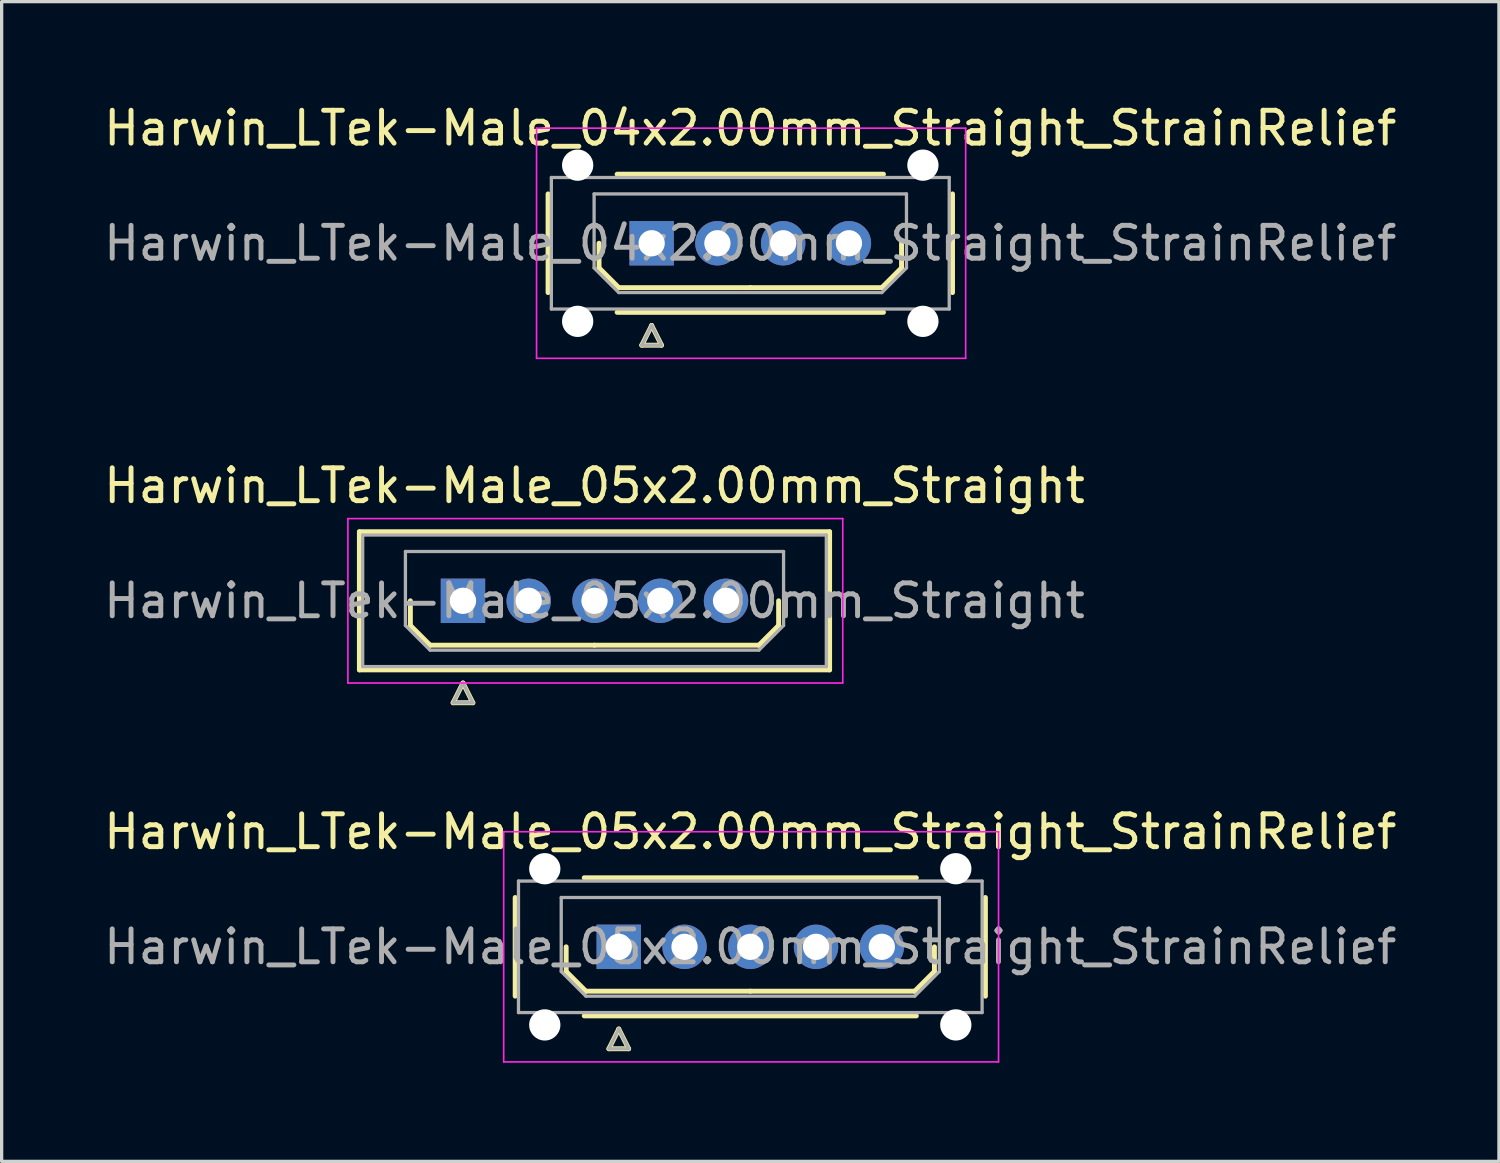
<source format=kicad_pcb>
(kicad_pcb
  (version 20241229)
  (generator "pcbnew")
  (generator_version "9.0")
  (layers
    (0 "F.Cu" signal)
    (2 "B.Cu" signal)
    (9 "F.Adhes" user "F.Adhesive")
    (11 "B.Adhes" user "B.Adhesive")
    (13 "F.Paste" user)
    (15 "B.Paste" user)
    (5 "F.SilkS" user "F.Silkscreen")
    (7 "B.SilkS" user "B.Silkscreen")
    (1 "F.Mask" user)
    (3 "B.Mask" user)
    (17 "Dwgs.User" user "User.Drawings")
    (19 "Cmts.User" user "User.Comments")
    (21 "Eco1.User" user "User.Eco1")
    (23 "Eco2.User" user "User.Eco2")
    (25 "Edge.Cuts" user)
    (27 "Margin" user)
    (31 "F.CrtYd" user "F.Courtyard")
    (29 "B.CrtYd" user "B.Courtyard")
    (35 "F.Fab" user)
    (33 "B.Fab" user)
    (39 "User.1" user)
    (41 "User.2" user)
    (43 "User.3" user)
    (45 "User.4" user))
  (footprint "Harwin_LTek-Male_04x2.00mm_Straight_StrainRelief"
    (layer "F.Cu")
    (at 16.768 4.348)
    (property "Reference" "Harwin_LTek-Male_04x2.00mm_Straight_StrainRelief" (at 3 -3.5 0) (layer "F.SilkS") (effects (font (size 1 1) (thickness 0.15))))
    (attr through_hole)
    (fp_line (start -3.15 -1.5) (end -3.15 1.5) (stroke (width 0.15) (type solid)) (layer "F.SilkS"))
    (fp_line (start -1.6 0) (end -1.6 0.75) (stroke (width 0.15) (type solid)) (layer "F.SilkS"))
    (fp_line (start -1.6 0.75) (end -1 1.35) (stroke (width 0.15) (type solid)) (layer "F.SilkS"))
    (fp_line (start -1.05 -2.1) (end 7.05 -2.1) (stroke (width 0.15) (type solid)) (layer "F.SilkS"))
    (fp_line (start -1.05 2.1) (end 7.05 2.1) (stroke (width 0.15) (type solid)) (layer "F.SilkS"))
    (fp_line (start -1 1.35) (end 3 1.35) (stroke (width 0.15) (type solid)) (layer "F.SilkS"))
    (fp_line (start -0.3 3.1) (end 0.3 3.1) (stroke (width 0.15) (type solid)) (layer "F.SilkS"))
    (fp_line (start 0 2.5) (end -0.3 3.1) (stroke (width 0.15) (type solid)) (layer "F.SilkS"))
    (fp_line (start 0.3 3.1) (end 0 2.5) (stroke (width 0.15) (type solid)) (layer "F.SilkS"))
    (fp_line (start 7 1.35) (end 3 1.35) (stroke (width 0.15) (type solid)) (layer "F.SilkS"))
    (fp_line (start 7.6 0) (end 7.6 0.75) (stroke (width 0.15) (type solid)) (layer "F.SilkS"))
    (fp_line (start 7.6 0.75) (end 7 1.35) (stroke (width 0.15) (type solid)) (layer "F.SilkS"))
    (fp_line (start 9.15 -1.5) (end 9.15 1.5) (stroke (width 0.15) (type solid)) (layer "F.SilkS"))
    (fp_line (start -3.5 -3.5) (end -3.5 3.5) (stroke (width 0.05) (type solid)) (layer "F.CrtYd"))
    (fp_line (start -3.5 3.5) (end 9.55 3.5) (stroke (width 0.05) (type solid)) (layer "F.CrtYd"))
    (fp_line (start 9.55 -3.5) (end -3.5 -3.5) (stroke (width 0.05) (type solid)) (layer "F.CrtYd"))
    (fp_line (start 9.55 3.5) (end 9.55 -3.5) (stroke (width 0.05) (type solid)) (layer "F.CrtYd"))
    (fp_line (start -3.05 -2) (end -3.05 2) (stroke (width 0.1) (type solid)) (layer "F.Fab"))
    (fp_line (start -3.05 2) (end 9.05 2) (stroke (width 0.1) (type solid)) (layer "F.Fab"))
    (fp_line (start -1.75 -1.5) (end 7.75 -1.5) (stroke (width 0.1) (type solid)) (layer "F.Fab"))
    (fp_line (start -1.75 0.75) (end -1.75 -1.5) (stroke (width 0.1) (type solid)) (layer "F.Fab"))
    (fp_line (start -1 1.5) (end -1.75 0.75) (stroke (width 0.1) (type solid)) (layer "F.Fab"))
    (fp_line (start -0.3 3.1) (end 0.3 3.1) (stroke (width 0.1) (type solid)) (layer "F.Fab"))
    (fp_line (start 0 2.5) (end -0.3 3.1) (stroke (width 0.1) (type solid)) (layer "F.Fab"))
    (fp_line (start 0.3 3.1) (end 0 2.5) (stroke (width 0.1) (type solid)) (layer "F.Fab"))
    (fp_line (start 7 1.5) (end -1 1.5) (stroke (width 0.1) (type solid)) (layer "F.Fab"))
    (fp_line (start 7.75 -1.5) (end 7.75 0.75) (stroke (width 0.1) (type solid)) (layer "F.Fab"))
    (fp_line (start 7.75 0.75) (end 7 1.5) (stroke (width 0.1) (type solid)) (layer "F.Fab"))
    (fp_line (start 9.05 -2) (end -3.05 -2) (stroke (width 0.1) (type solid)) (layer "F.Fab"))
    (fp_line (start 9.05 2) (end 9.05 -2) (stroke (width 0.1) (type solid)) (layer "F.Fab"))
    (fp_text user "${REFERENCE}" (at 3 0 0) (layer "F.Fab") (effects (font (size 1 1) (thickness 0.15))))
    (pad "" np_thru_hole circle (at -2.25 -2.375) (size 0.95 0.95) (drill 0.95) (layers "*.Cu" "*.Mask"))
    (pad "" np_thru_hole circle (at -2.25 2.375) (size 0.95 0.95) (drill 0.95) (layers "*.Cu" "*.Mask"))
    (pad "" np_thru_hole circle (at 8.25 -2.375) (size 0.95 0.95) (drill 0.95) (layers "*.Cu" "*.Mask"))
    (pad "" np_thru_hole circle (at 8.25 2.375) (size 0.95 0.95) (drill 0.95) (layers "*.Cu" "*.Mask"))
    (pad "1" thru_hole rect (at 0 0) (size 1.35 1.35) (drill 0.8) (layers "*.Cu" "*.Mask"))
    (pad "2" thru_hole circle (at 2 0) (size 1.35 1.35) (drill 0.8) (layers "*.Cu" "*.Mask"))
    (pad "3" thru_hole circle (at 4 0) (size 1.35 1.35) (drill 0.8) (layers "*.Cu" "*.Mask"))
    (pad "4" thru_hole circle (at 6 0) (size 1.35 1.35) (drill 0.8) (layers "*.Cu" "*.Mask")))
  (footprint "Harwin_LTek-Male_05x2.00mm_Straight"
    (layer "F.Cu")
    (at 11.03 15.222)
    (property "Reference" "Harwin_LTek-Male_05x2.00mm_Straight" (at 4 -3.5 0) (layer "F.SilkS") (effects (font (size 1 1) (thickness 0.15))))
    (attr through_hole)
    (fp_line (start -3.15 -2.1) (end -3.15 2.1) (stroke (width 0.15) (type solid)) (layer "F.SilkS"))
    (fp_line (start -3.15 2.1) (end 11.15 2.1) (stroke (width 0.15) (type solid)) (layer "F.SilkS"))
    (fp_line (start -1.6 0) (end -1.6 0.75) (stroke (width 0.15) (type solid)) (layer "F.SilkS"))
    (fp_line (start -1.6 0.75) (end -1 1.35) (stroke (width 0.15) (type solid)) (layer "F.SilkS"))
    (fp_line (start -1 1.35) (end 4 1.35) (stroke (width 0.15) (type solid)) (layer "F.SilkS"))
    (fp_line (start -0.3 3.1) (end 0.3 3.1) (stroke (width 0.15) (type solid)) (layer "F.SilkS"))
    (fp_line (start 0 2.5) (end -0.3 3.1) (stroke (width 0.15) (type solid)) (layer "F.SilkS"))
    (fp_line (start 0.3 3.1) (end 0 2.5) (stroke (width 0.15) (type solid)) (layer "F.SilkS"))
    (fp_line (start 9 1.35) (end 4 1.35) (stroke (width 0.15) (type solid)) (layer "F.SilkS"))
    (fp_line (start 9.6 0) (end 9.6 0.75) (stroke (width 0.15) (type solid)) (layer "F.SilkS"))
    (fp_line (start 9.6 0.75) (end 9 1.35) (stroke (width 0.15) (type solid)) (layer "F.SilkS"))
    (fp_line (start 11.15 -2.1) (end -3.15 -2.1) (stroke (width 0.15) (type solid)) (layer "F.SilkS"))
    (fp_line (start 11.15 2.1) (end 11.15 -2.1) (stroke (width 0.15) (type solid)) (layer "F.SilkS"))
    (fp_line (start -3.5 -2.5) (end -3.5 2.5) (stroke (width 0.05) (type solid)) (layer "F.CrtYd"))
    (fp_line (start -3.5 2.5) (end 11.55 2.5) (stroke (width 0.05) (type solid)) (layer "F.CrtYd"))
    (fp_line (start 11.55 -2.5) (end -3.5 -2.5) (stroke (width 0.05) (type solid)) (layer "F.CrtYd"))
    (fp_line (start 11.55 2.5) (end 11.55 -2.5) (stroke (width 0.05) (type solid)) (layer "F.CrtYd"))
    (fp_line (start -3.05 -2) (end -3.05 2) (stroke (width 0.1) (type solid)) (layer "F.Fab"))
    (fp_line (start -3.05 2) (end 11.05 2) (stroke (width 0.1) (type solid)) (layer "F.Fab"))
    (fp_line (start -1.75 -1.5) (end 9.75 -1.5) (stroke (width 0.1) (type solid)) (layer "F.Fab"))
    (fp_line (start -1.75 0.75) (end -1.75 -1.5) (stroke (width 0.1) (type solid)) (layer "F.Fab"))
    (fp_line (start -1 1.5) (end -1.75 0.75) (stroke (width 0.1) (type solid)) (layer "F.Fab"))
    (fp_line (start -0.3 3.1) (end 0.3 3.1) (stroke (width 0.1) (type solid)) (layer "F.Fab"))
    (fp_line (start 0 2.5) (end -0.3 3.1) (stroke (width 0.1) (type solid)) (layer "F.Fab"))
    (fp_line (start 0.3 3.1) (end 0 2.5) (stroke (width 0.1) (type solid)) (layer "F.Fab"))
    (fp_line (start 9 1.5) (end -1 1.5) (stroke (width 0.1) (type solid)) (layer "F.Fab"))
    (fp_line (start 9.75 -1.5) (end 9.75 0.75) (stroke (width 0.1) (type solid)) (layer "F.Fab"))
    (fp_line (start 9.75 0.75) (end 9 1.5) (stroke (width 0.1) (type solid)) (layer "F.Fab"))
    (fp_line (start 11.05 -2) (end -3.05 -2) (stroke (width 0.1) (type solid)) (layer "F.Fab"))
    (fp_line (start 11.05 2) (end 11.05 -2) (stroke (width 0.1) (type solid)) (layer "F.Fab"))
    (fp_text user "${REFERENCE}" (at 4 0 0) (layer "F.Fab") (effects (font (size 1 1) (thickness 0.15))))
    (pad "1" thru_hole rect (at 0 0) (size 1.35 1.35) (drill 0.8) (layers "*.Cu" "*.Mask"))
    (pad "2" thru_hole circle (at 2 0) (size 1.35 1.35) (drill 0.8) (layers "*.Cu" "*.Mask"))
    (pad "3" thru_hole circle (at 4 0) (size 1.35 1.35) (drill 0.8) (layers "*.Cu" "*.Mask"))
    (pad "4" thru_hole circle (at 6 0) (size 1.35 1.35) (drill 0.8) (layers "*.Cu" "*.Mask"))
    (pad "5" thru_hole circle (at 8 0) (size 1.35 1.35) (drill 0.8) (layers "*.Cu" "*.Mask")))
  (footprint "Harwin_LTek-Male_05x2.00mm_Straight_StrainRelief"
    (layer "F.Cu")
    (at 15.768 25.745)
    (property "Reference" "Harwin_LTek-Male_05x2.00mm_Straight_StrainRelief" (at 4 -3.5 0) (layer "F.SilkS") (effects (font (size 1 1) (thickness 0.15))))
    (attr through_hole)
    (fp_line (start -3.15 -1.5) (end -3.15 1.5) (stroke (width 0.15) (type solid)) (layer "F.SilkS"))
    (fp_line (start -1.6 0) (end -1.6 0.75) (stroke (width 0.15) (type solid)) (layer "F.SilkS"))
    (fp_line (start -1.6 0.75) (end -1 1.35) (stroke (width 0.15) (type solid)) (layer "F.SilkS"))
    (fp_line (start -1.05 -2.1) (end 9.05 -2.1) (stroke (width 0.15) (type solid)) (layer "F.SilkS"))
    (fp_line (start -1.05 2.1) (end 9.05 2.1) (stroke (width 0.15) (type solid)) (layer "F.SilkS"))
    (fp_line (start -1 1.35) (end 4 1.35) (stroke (width 0.15) (type solid)) (layer "F.SilkS"))
    (fp_line (start -0.3 3.1) (end 0.3 3.1) (stroke (width 0.15) (type solid)) (layer "F.SilkS"))
    (fp_line (start 0 2.5) (end -0.3 3.1) (stroke (width 0.15) (type solid)) (layer "F.SilkS"))
    (fp_line (start 0.3 3.1) (end 0 2.5) (stroke (width 0.15) (type solid)) (layer "F.SilkS"))
    (fp_line (start 9 1.35) (end 4 1.35) (stroke (width 0.15) (type solid)) (layer "F.SilkS"))
    (fp_line (start 9.6 0) (end 9.6 0.75) (stroke (width 0.15) (type solid)) (layer "F.SilkS"))
    (fp_line (start 9.6 0.75) (end 9 1.35) (stroke (width 0.15) (type solid)) (layer "F.SilkS"))
    (fp_line (start 11.15 -1.5) (end 11.15 1.5) (stroke (width 0.15) (type solid)) (layer "F.SilkS"))
    (fp_line (start -3.5 -3.5) (end -3.5 3.5) (stroke (width 0.05) (type solid)) (layer "F.CrtYd"))
    (fp_line (start -3.5 3.5) (end 11.55 3.5) (stroke (width 0.05) (type solid)) (layer "F.CrtYd"))
    (fp_line (start 11.55 -3.5) (end -3.5 -3.5) (stroke (width 0.05) (type solid)) (layer "F.CrtYd"))
    (fp_line (start 11.55 3.5) (end 11.55 -3.5) (stroke (width 0.05) (type solid)) (layer "F.CrtYd"))
    (fp_line (start -3.05 -2) (end -3.05 2) (stroke (width 0.1) (type solid)) (layer "F.Fab"))
    (fp_line (start -3.05 2) (end 11.05 2) (stroke (width 0.1) (type solid)) (layer "F.Fab"))
    (fp_line (start -1.75 -1.5) (end 9.75 -1.5) (stroke (width 0.1) (type solid)) (layer "F.Fab"))
    (fp_line (start -1.75 0.75) (end -1.75 -1.5) (stroke (width 0.1) (type solid)) (layer "F.Fab"))
    (fp_line (start -1 1.5) (end -1.75 0.75) (stroke (width 0.1) (type solid)) (layer "F.Fab"))
    (fp_line (start -0.3 3.1) (end 0.3 3.1) (stroke (width 0.1) (type solid)) (layer "F.Fab"))
    (fp_line (start 0 2.5) (end -0.3 3.1) (stroke (width 0.1) (type solid)) (layer "F.Fab"))
    (fp_line (start 0.3 3.1) (end 0 2.5) (stroke (width 0.1) (type solid)) (layer "F.Fab"))
    (fp_line (start 9 1.5) (end -1 1.5) (stroke (width 0.1) (type solid)) (layer "F.Fab"))
    (fp_line (start 9.75 -1.5) (end 9.75 0.75) (stroke (width 0.1) (type solid)) (layer "F.Fab"))
    (fp_line (start 9.75 0.75) (end 9 1.5) (stroke (width 0.1) (type solid)) (layer "F.Fab"))
    (fp_line (start 11.05 -2) (end -3.05 -2) (stroke (width 0.1) (type solid)) (layer "F.Fab"))
    (fp_line (start 11.05 2) (end 11.05 -2) (stroke (width 0.1) (type solid)) (layer "F.Fab"))
    (fp_text user "${REFERENCE}" (at 4 0 0) (layer "F.Fab") (effects (font (size 1 1) (thickness 0.15))))
    (pad "" np_thru_hole circle (at -2.25 -2.375) (size 0.95 0.95) (drill 0.95) (layers "*.Cu" "*.Mask"))
    (pad "" np_thru_hole circle (at -2.25 2.375) (size 0.95 0.95) (drill 0.95) (layers "*.Cu" "*.Mask"))
    (pad "" np_thru_hole circle (at 10.25 -2.375) (size 0.95 0.95) (drill 0.95) (layers "*.Cu" "*.Mask"))
    (pad "" np_thru_hole circle (at 10.25 2.375) (size 0.95 0.95) (drill 0.95) (layers "*.Cu" "*.Mask"))
    (pad "1" thru_hole rect (at 0 0) (size 1.35 1.35) (drill 0.8) (layers "*.Cu" "*.Mask"))
    (pad "2" thru_hole circle (at 2 0) (size 1.35 1.35) (drill 0.8) (layers "*.Cu" "*.Mask"))
    (pad "3" thru_hole circle (at 4 0) (size 1.35 1.35) (drill 0.8) (layers "*.Cu" "*.Mask"))
    (pad "4" thru_hole circle (at 6 0) (size 1.35 1.35) (drill 0.8) (layers "*.Cu" "*.Mask"))
    (pad "5" thru_hole circle (at 8 0) (size 1.35 1.35) (drill 0.8) (layers "*.Cu" "*.Mask")))
  (gr_rect
    (start -3 -3)
    (end 42.536 32.27)
    (stroke (width 0.1) (type default))
    (fill no)
    (layer "Edge.Cuts")))
</source>
